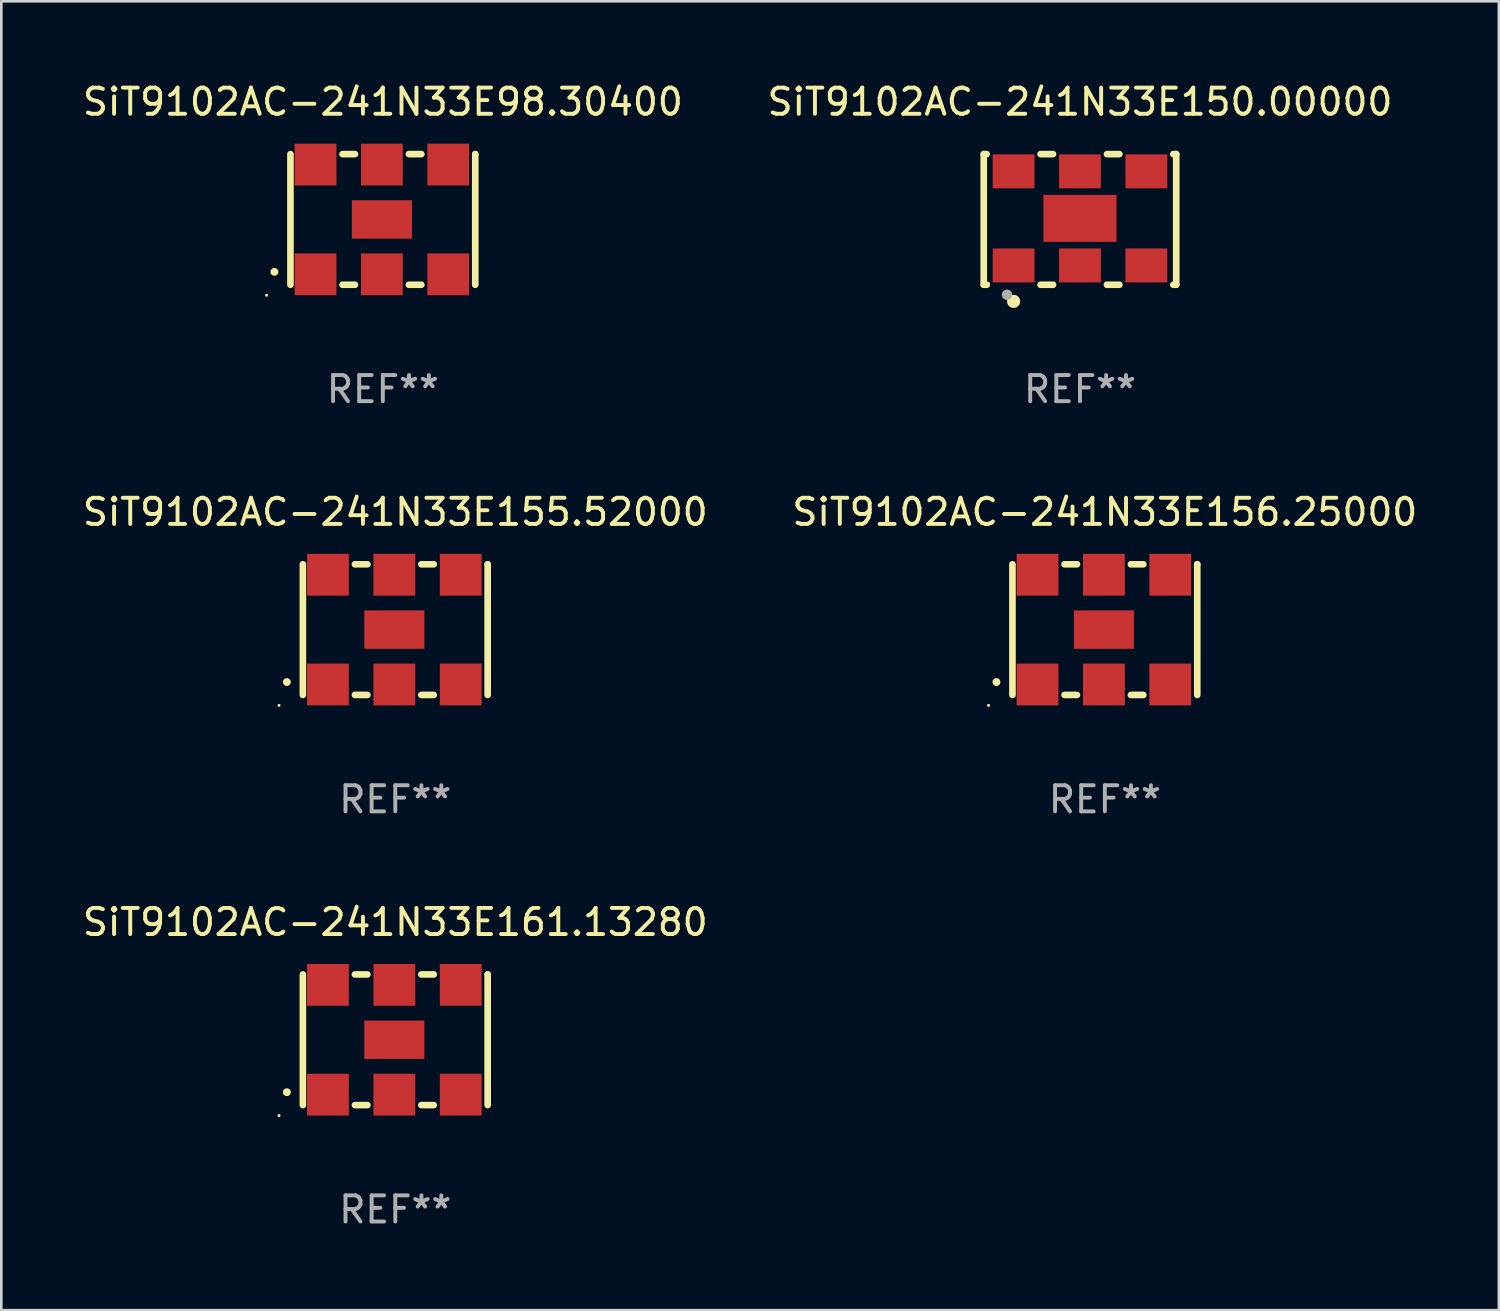
<source format=kicad_pcb>
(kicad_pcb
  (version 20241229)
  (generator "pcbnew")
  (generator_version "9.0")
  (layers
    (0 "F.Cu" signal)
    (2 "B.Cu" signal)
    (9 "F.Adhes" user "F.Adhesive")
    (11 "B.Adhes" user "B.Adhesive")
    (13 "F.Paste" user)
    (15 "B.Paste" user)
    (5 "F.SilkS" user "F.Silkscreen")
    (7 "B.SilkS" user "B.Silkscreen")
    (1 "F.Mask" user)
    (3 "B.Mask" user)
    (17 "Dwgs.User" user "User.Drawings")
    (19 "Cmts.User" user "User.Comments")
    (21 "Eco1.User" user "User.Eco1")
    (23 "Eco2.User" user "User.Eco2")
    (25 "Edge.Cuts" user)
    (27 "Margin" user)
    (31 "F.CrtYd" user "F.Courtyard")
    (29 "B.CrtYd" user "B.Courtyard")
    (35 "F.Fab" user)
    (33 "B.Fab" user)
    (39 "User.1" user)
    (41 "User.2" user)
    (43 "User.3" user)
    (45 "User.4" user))
  (footprint "SiT9102AC-241N33E98.30400"
    (layer "F.Cu")
    (at 11.601 5.348)
    (property "Reference" "SiT9102AC-241N33E98.30400" (at 0 -4.5 0) (layer "F.SilkS") (effects (font (size 1 1) (thickness 0.15))))
    (attr through_hole)
    (fp_line (start -3.536 -2.5) (end -3.536 2.5) (stroke (width 0.254) (type solid)) (layer "F.SilkS"))
    (fp_line (start -1.544 2.5) (end -1.067 2.5) (stroke (width 0.254) (type solid)) (layer "F.SilkS"))
    (fp_line (start -1.067 -2.5) (end -1.544 -2.5) (stroke (width 0.254) (type solid)) (layer "F.SilkS"))
    (fp_line (start 0.996 2.5) (end 1.473 2.5) (stroke (width 0.254) (type solid)) (layer "F.SilkS"))
    (fp_line (start 1.473 -2.5) (end 0.996 -2.5) (stroke (width 0.254) (type solid)) (layer "F.SilkS"))
    (fp_line (start 3.536 -2.5) (end 3.536 -2.5) (stroke (width 0.254) (type solid)) (layer "F.SilkS"))
    (fp_line (start 3.536 2.5) (end 3.536 -2.5) (stroke (width 0.254) (type solid)) (layer "F.SilkS"))
    (fp_arc (start -4.150432 2.006604) (mid -4.149162 2.006599) (end -4.147892 2.006604) (stroke (width 0.3) (type solid)) (layer "F.SilkS"))
    (fp_circle (center -4.449 2.9) (end -4.419 2.9) (stroke (width 0.06) (type solid)) (fill no) (layer "F.SilkS"))
    (fp_text user "REF**" (at 0 6.5 0) (layer "F.Fab") (effects (font (size 1 1) (thickness 0.15))))
    (pad "1" smd rect (at -2.576 2.1) (size 1.6 1.6) (layers "F.Cu" "F.Mask" "F.Paste"))
    (pad "2" smd rect (at -0.036 2.1) (size 1.6 1.6) (layers "F.Cu" "F.Mask" "F.Paste"))
    (pad "3" smd rect (at 2.504 2.1) (size 1.6 1.6) (layers "F.Cu" "F.Mask" "F.Paste"))
    (pad "4" smd rect (at 2.504 -2.1) (size 1.6 1.6) (layers "F.Cu" "F.Mask" "F.Paste"))
    (pad "5" smd rect (at -0.036 -2.1) (size 1.6 1.6) (layers "F.Cu" "F.Mask" "F.Paste"))
    (pad "6" smd rect (at -2.576 -2.1) (size 1.6 1.6) (layers "F.Cu" "F.Mask" "F.Paste"))
    (pad "7" smd rect (at -0.036 0) (size 2.3 1.47) (layers "F.Cu" "F.Mask" "F.Paste")))
  (footprint "SiT9102AC-241N33E150.00000"
    (layer "F.Cu")
    (at 38.28 5.348)
    (property "Reference" "SiT9102AC-241N33E150.00000" (at 0 -4.5 0) (layer "F.SilkS") (effects (font (size 1 1) (thickness 0.15))))
    (attr through_hole)
    (fp_line (start -3.683 -2.5) (end -3.571 -2.5) (stroke (width 0.254) (type solid)) (layer "F.SilkS"))
    (fp_line (start -3.683 2.5) (end -3.683 -2.5) (stroke (width 0.254) (type solid)) (layer "F.SilkS"))
    (fp_line (start -3.683 2.5) (end -3.571 2.5) (stroke (width 0.254) (type solid)) (layer "F.SilkS"))
    (fp_line (start -1.509 -2.5) (end -1.031 -2.5) (stroke (width 0.254) (type solid)) (layer "F.SilkS"))
    (fp_line (start -1.509 2.5) (end -1.031 2.5) (stroke (width 0.254) (type solid)) (layer "F.SilkS"))
    (fp_line (start 1.031 -2.5) (end 1.509 -2.5) (stroke (width 0.254) (type solid)) (layer "F.SilkS"))
    (fp_line (start 1.031 2.5) (end 1.509 2.5) (stroke (width 0.254) (type solid)) (layer "F.SilkS"))
    (fp_line (start 3.571 -2.5) (end 3.683 -2.5) (stroke (width 0.254) (type solid)) (layer "F.SilkS"))
    (fp_line (start 3.571 2.5) (end 3.683 2.5) (stroke (width 0.254) (type solid)) (layer "F.SilkS"))
    (fp_line (start 3.683 2.5) (end 3.683 -2.5) (stroke (width 0.254) (type solid)) (layer "F.SilkS"))
    (fp_circle (center -3.5 2.46) (end -3.47 2.46) (stroke (width 0.06) (type solid)) (fill no) (layer "F.SilkS"))
    (fp_circle (center -2.54 3.135) (end -2.413 3.135) (stroke (width 0.254) (type solid)) (fill no) (layer "F.SilkS"))
    (fp_circle (center -2.794 2.881) (end -2.694 2.881) (stroke (width 0.2) (type solid)) (fill no) (layer "F.Fab"))
    (fp_text user "REF**" (at 0 6.5 0) (layer "F.Fab") (effects (font (size 1 1) (thickness 0.15))))
    (pad "1" smd rect (at -2.54 1.76) (size 1.6 1.3) (layers "F.Cu" "F.Mask" "F.Paste"))
    (pad "2" smd rect (at 0 1.76) (size 1.6 1.3) (layers "F.Cu" "F.Mask" "F.Paste"))
    (pad "3" smd rect (at 2.54 1.76) (size 1.6 1.3) (layers "F.Cu" "F.Mask" "F.Paste"))
    (pad "4" smd rect (at 2.54 -1.84) (size 1.6 1.3) (layers "F.Cu" "F.Mask" "F.Paste"))
    (pad "5" smd rect (at 0 -1.84) (size 1.6 1.3) (layers "F.Cu" "F.Mask" "F.Paste"))
    (pad "6" smd rect (at -2.54 -1.84) (size 1.6 1.3) (layers "F.Cu" "F.Mask" "F.Paste"))
    (pad "7" smd rect (at 0 -0.04) (size 2.8 1.8) (layers "F.Cu" "F.Mask" "F.Paste")))
  (footprint "SiT9102AC-241N33E156.25000"
    (layer "F.Cu")
    (at 39.232 21.045)
    (property "Reference" "SiT9102AC-241N33E156.25000" (at 0 -4.5 0) (layer "F.SilkS") (effects (font (size 1 1) (thickness 0.15))))
    (attr through_hole)
    (fp_line (start -3.536 -2.5) (end -3.536 2.5) (stroke (width 0.254) (type solid)) (layer "F.SilkS"))
    (fp_line (start -1.544 2.5) (end -1.067 2.5) (stroke (width 0.254) (type solid)) (layer "F.SilkS"))
    (fp_line (start -1.067 -2.5) (end -1.544 -2.5) (stroke (width 0.254) (type solid)) (layer "F.SilkS"))
    (fp_line (start 0.996 2.5) (end 1.473 2.5) (stroke (width 0.254) (type solid)) (layer "F.SilkS"))
    (fp_line (start 1.473 -2.5) (end 0.996 -2.5) (stroke (width 0.254) (type solid)) (layer "F.SilkS"))
    (fp_line (start 3.536 -2.5) (end 3.536 -2.5) (stroke (width 0.254) (type solid)) (layer "F.SilkS"))
    (fp_line (start 3.536 2.5) (end 3.536 -2.5) (stroke (width 0.254) (type solid)) (layer "F.SilkS"))
    (fp_arc (start -4.150432 2.006604) (mid -4.149162 2.006599) (end -4.147892 2.006604) (stroke (width 0.3) (type solid)) (layer "F.SilkS"))
    (fp_circle (center -4.449 2.9) (end -4.419 2.9) (stroke (width 0.06) (type solid)) (fill no) (layer "F.SilkS"))
    (fp_text user "REF**" (at 0 6.5 0) (layer "F.Fab") (effects (font (size 1 1) (thickness 0.15))))
    (pad "1" smd rect (at -2.576 2.1) (size 1.6 1.6) (layers "F.Cu" "F.Mask" "F.Paste"))
    (pad "2" smd rect (at -0.036 2.1) (size 1.6 1.6) (layers "F.Cu" "F.Mask" "F.Paste"))
    (pad "3" smd rect (at 2.504 2.1) (size 1.6 1.6) (layers "F.Cu" "F.Mask" "F.Paste"))
    (pad "4" smd rect (at 2.504 -2.1) (size 1.6 1.6) (layers "F.Cu" "F.Mask" "F.Paste"))
    (pad "5" smd rect (at -0.036 -2.1) (size 1.6 1.6) (layers "F.Cu" "F.Mask" "F.Paste"))
    (pad "6" smd rect (at -2.576 -2.1) (size 1.6 1.6) (layers "F.Cu" "F.Mask" "F.Paste"))
    (pad "7" smd rect (at -0.036 0) (size 2.3 1.47) (layers "F.Cu" "F.Mask" "F.Paste")))
  (footprint "SiT9102AC-241N33E161.13280"
    (layer "F.Cu")
    (at 12.077 36.741)
    (property "Reference" "SiT9102AC-241N33E161.13280" (at 0 -4.5 0) (layer "F.SilkS") (effects (font (size 1 1) (thickness 0.15))))
    (attr through_hole)
    (fp_line (start -3.536 -2.5) (end -3.536 2.5) (stroke (width 0.254) (type solid)) (layer "F.SilkS"))
    (fp_line (start -1.544 2.5) (end -1.067 2.5) (stroke (width 0.254) (type solid)) (layer "F.SilkS"))
    (fp_line (start -1.067 -2.5) (end -1.544 -2.5) (stroke (width 0.254) (type solid)) (layer "F.SilkS"))
    (fp_line (start 0.996 2.5) (end 1.473 2.5) (stroke (width 0.254) (type solid)) (layer "F.SilkS"))
    (fp_line (start 1.473 -2.5) (end 0.996 -2.5) (stroke (width 0.254) (type solid)) (layer "F.SilkS"))
    (fp_line (start 3.536 -2.5) (end 3.536 -2.5) (stroke (width 0.254) (type solid)) (layer "F.SilkS"))
    (fp_line (start 3.536 2.5) (end 3.536 -2.5) (stroke (width 0.254) (type solid)) (layer "F.SilkS"))
    (fp_arc (start -4.150432 2.006604) (mid -4.149162 2.006599) (end -4.147892 2.006604) (stroke (width 0.3) (type solid)) (layer "F.SilkS"))
    (fp_circle (center -4.449 2.9) (end -4.419 2.9) (stroke (width 0.06) (type solid)) (fill no) (layer "F.SilkS"))
    (fp_text user "REF**" (at 0 6.5 0) (layer "F.Fab") (effects (font (size 1 1) (thickness 0.15))))
    (pad "1" smd rect (at -2.576 2.1) (size 1.6 1.6) (layers "F.Cu" "F.Mask" "F.Paste"))
    (pad "2" smd rect (at -0.036 2.1) (size 1.6 1.6) (layers "F.Cu" "F.Mask" "F.Paste"))
    (pad "3" smd rect (at 2.504 2.1) (size 1.6 1.6) (layers "F.Cu" "F.Mask" "F.Paste"))
    (pad "4" smd rect (at 2.504 -2.1) (size 1.6 1.6) (layers "F.Cu" "F.Mask" "F.Paste"))
    (pad "5" smd rect (at -0.036 -2.1) (size 1.6 1.6) (layers "F.Cu" "F.Mask" "F.Paste"))
    (pad "6" smd rect (at -2.576 -2.1) (size 1.6 1.6) (layers "F.Cu" "F.Mask" "F.Paste"))
    (pad "7" smd rect (at -0.036 0) (size 2.3 1.47) (layers "F.Cu" "F.Mask" "F.Paste")))
  (footprint "SiT9102AC-241N33E155.52000"
    (layer "F.Cu")
    (at 12.077 21.045)
    (property "Reference" "SiT9102AC-241N33E155.52000" (at 0 -4.5 0) (layer "F.SilkS") (effects (font (size 1 1) (thickness 0.15))))
    (attr through_hole)
    (fp_line (start -3.536 -2.5) (end -3.536 2.5) (stroke (width 0.254) (type solid)) (layer "F.SilkS"))
    (fp_line (start -1.544 2.5) (end -1.067 2.5) (stroke (width 0.254) (type solid)) (layer "F.SilkS"))
    (fp_line (start -1.067 -2.5) (end -1.544 -2.5) (stroke (width 0.254) (type solid)) (layer "F.SilkS"))
    (fp_line (start 0.996 2.5) (end 1.473 2.5) (stroke (width 0.254) (type solid)) (layer "F.SilkS"))
    (fp_line (start 1.473 -2.5) (end 0.996 -2.5) (stroke (width 0.254) (type solid)) (layer "F.SilkS"))
    (fp_line (start 3.536 -2.5) (end 3.536 -2.5) (stroke (width 0.254) (type solid)) (layer "F.SilkS"))
    (fp_line (start 3.536 2.5) (end 3.536 -2.5) (stroke (width 0.254) (type solid)) (layer "F.SilkS"))
    (fp_arc (start -4.150432 2.006604) (mid -4.149162 2.006599) (end -4.147892 2.006604) (stroke (width 0.3) (type solid)) (layer "F.SilkS"))
    (fp_circle (center -4.449 2.9) (end -4.419 2.9) (stroke (width 0.06) (type solid)) (fill no) (layer "F.SilkS"))
    (fp_text user "REF**" (at 0 6.5 0) (layer "F.Fab") (effects (font (size 1 1) (thickness 0.15))))
    (pad "1" smd rect (at -2.576 2.1) (size 1.6 1.6) (layers "F.Cu" "F.Mask" "F.Paste"))
    (pad "2" smd rect (at -0.036 2.1) (size 1.6 1.6) (layers "F.Cu" "F.Mask" "F.Paste"))
    (pad "3" smd rect (at 2.504 2.1) (size 1.6 1.6) (layers "F.Cu" "F.Mask" "F.Paste"))
    (pad "4" smd rect (at 2.504 -2.1) (size 1.6 1.6) (layers "F.Cu" "F.Mask" "F.Paste"))
    (pad "5" smd rect (at -0.036 -2.1) (size 1.6 1.6) (layers "F.Cu" "F.Mask" "F.Paste"))
    (pad "6" smd rect (at -2.576 -2.1) (size 1.6 1.6) (layers "F.Cu" "F.Mask" "F.Paste"))
    (pad "7" smd rect (at -0.036 0) (size 2.3 1.47) (layers "F.Cu" "F.Mask" "F.Paste")))
  (gr_rect
    (start -3 -3)
    (end 54.31 47.09)
    (stroke (width 0.1) (type default))
    (fill no)
    (layer "Edge.Cuts")))
</source>
